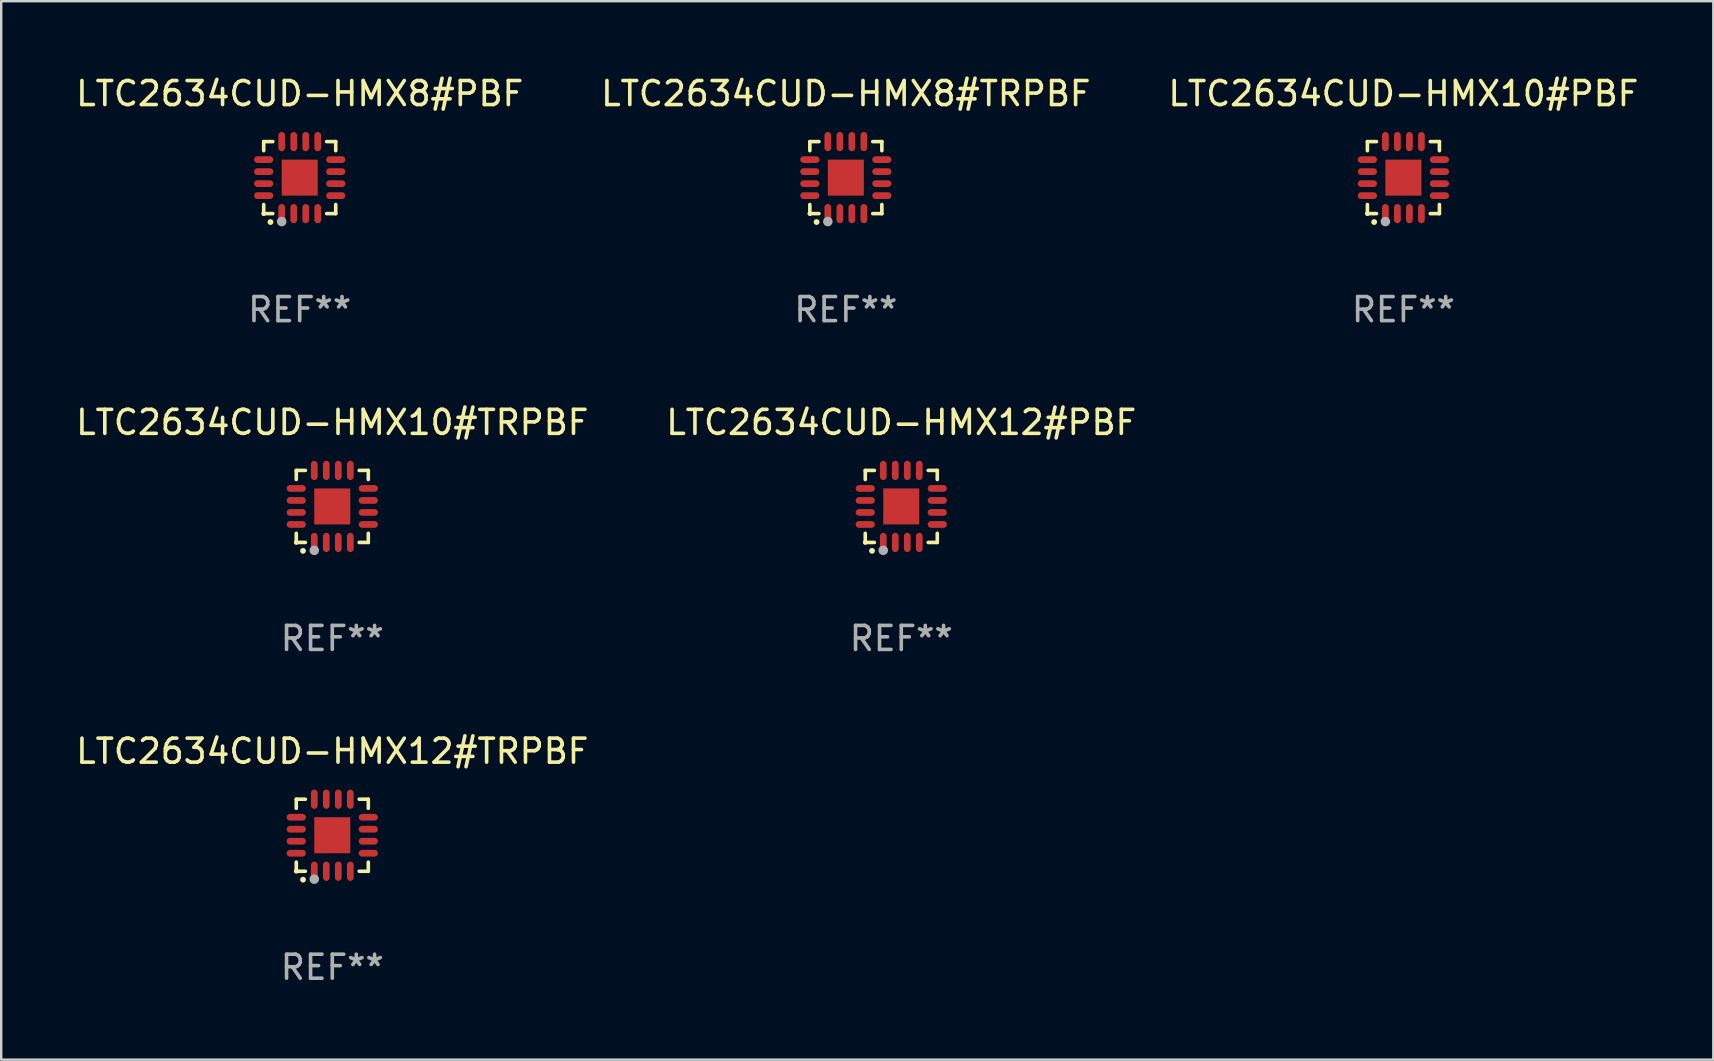
<source format=kicad_pcb>
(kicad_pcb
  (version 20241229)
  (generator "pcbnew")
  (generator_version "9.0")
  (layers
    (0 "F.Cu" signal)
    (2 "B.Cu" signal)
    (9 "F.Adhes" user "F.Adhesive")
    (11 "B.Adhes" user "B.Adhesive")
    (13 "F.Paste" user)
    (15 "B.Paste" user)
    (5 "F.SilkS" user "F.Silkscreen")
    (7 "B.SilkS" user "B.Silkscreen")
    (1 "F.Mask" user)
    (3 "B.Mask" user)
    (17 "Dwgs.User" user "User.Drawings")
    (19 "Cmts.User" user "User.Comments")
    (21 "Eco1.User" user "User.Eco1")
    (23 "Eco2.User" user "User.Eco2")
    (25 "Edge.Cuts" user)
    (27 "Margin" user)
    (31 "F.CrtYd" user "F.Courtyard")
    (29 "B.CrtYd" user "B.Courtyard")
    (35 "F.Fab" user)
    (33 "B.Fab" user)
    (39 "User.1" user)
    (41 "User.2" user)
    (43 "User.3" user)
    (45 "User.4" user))
  (footprint "LTC2634CUD-HMX12#TRPBF"
    (layer "F.Cu")
    (at 10.792 31.743)
    (property "Reference" "LTC2634CUD-HMX12#TRPBF" (at 0 -3.5 0) (layer "F.SilkS") (effects (font (size 1 1) (thickness 0.15))))
    (attr through_hole)
    (fp_line (start -1.5 -1.5) (end -1.121 -1.5) (stroke (width 0.15) (type solid)) (layer "F.SilkS"))
    (fp_line (start -1.5 -1.122) (end -1.5 -1.5) (stroke (width 0.15) (type solid)) (layer "F.SilkS"))
    (fp_line (start -1.5 1.5) (end -1.5 1.121) (stroke (width 0.15) (type solid)) (layer "F.SilkS"))
    (fp_line (start -1.121 1.5) (end -1.5 1.5) (stroke (width 0.15) (type solid)) (layer "F.SilkS"))
    (fp_line (start 1.121 -1.5) (end 1.5 -1.5) (stroke (width 0.15) (type solid)) (layer "F.SilkS"))
    (fp_line (start 1.5 -1.5) (end 1.5 -1.122) (stroke (width 0.15) (type solid)) (layer "F.SilkS"))
    (fp_line (start 1.5 1.121) (end 1.5 1.5) (stroke (width 0.15) (type solid)) (layer "F.SilkS"))
    (fp_line (start 1.5 1.5) (end 1.121 1.5) (stroke (width 0.15) (type solid)) (layer "F.SilkS"))
    (fp_arc (start -1.219926 1.850254) (mid -1.21891 1.85025) (end -1.217894 1.850254) (stroke (width 0.240005) (type solid)) (layer "F.SilkS"))
    (fp_circle (center -1.5 1.5) (end -1.45 1.5) (stroke (width 0.1) (type solid)) (fill no) (layer "F.SilkS"))
    (fp_circle (center -0.75 1.83) (end -0.65 1.83) (stroke (width 0.2) (type solid)) (fill no) (layer "F.Fab"))
    (fp_text user "REF**" (at 0 5.5 0) (layer "F.Fab") (effects (font (size 1 1) (thickness 0.15))))
    (pad "1" smd oval (at -0.75 1.5) (size 0.28 0.8) (layers "F.Cu" "F.Mask" "F.Paste"))
    (pad "2" smd oval (at -0.25 1.5) (size 0.28 0.8) (layers "F.Cu" "F.Mask" "F.Paste"))
    (pad "3" smd oval (at 0.25 1.5) (size 0.28 0.8) (layers "F.Cu" "F.Mask" "F.Paste"))
    (pad "4" smd oval (at 0.75 1.5) (size 0.28 0.8) (layers "F.Cu" "F.Mask" "F.Paste"))
    (pad "5" smd oval (at 1.5 0.75) (size 0.8 0.28) (layers "F.Cu" "F.Mask" "F.Paste"))
    (pad "6" smd oval (at 1.5 0.25) (size 0.8 0.28) (layers "F.Cu" "F.Mask" "F.Paste"))
    (pad "7" smd oval (at 1.5 -0.25) (size 0.8 0.28) (layers "F.Cu" "F.Mask" "F.Paste"))
    (pad "8" smd oval (at 1.5 -0.75) (size 0.8 0.28) (layers "F.Cu" "F.Mask" "F.Paste"))
    (pad "9" smd oval (at 0.75 -1.5) (size 0.28 0.8) (layers "F.Cu" "F.Mask" "F.Paste"))
    (pad "10" smd oval (at 0.25 -1.5) (size 0.28 0.8) (layers "F.Cu" "F.Mask" "F.Paste"))
    (pad "11" smd oval (at -0.25 -1.5) (size 0.28 0.8) (layers "F.Cu" "F.Mask" "F.Paste"))
    (pad "12" smd oval (at -0.75 -1.5) (size 0.28 0.8) (layers "F.Cu" "F.Mask" "F.Paste"))
    (pad "13" smd oval (at -1.5 -0.75) (size 0.8 0.28) (layers "F.Cu" "F.Mask" "F.Paste"))
    (pad "14" smd oval (at -1.5 -0.25) (size 0.8 0.28) (layers "F.Cu" "F.Mask" "F.Paste"))
    (pad "15" smd oval (at -1.5 0.25) (size 0.8 0.28) (layers "F.Cu" "F.Mask" "F.Paste"))
    (pad "16" smd oval (at -1.5 0.75) (size 0.8 0.28) (layers "F.Cu" "F.Mask" "F.Paste"))
    (pad "17" smd rect (at -0.000064 0.000165) (size 1.5 1.5) (layers "F.Cu" "F.Mask" "F.Paste")))
  (footprint "LTC2634CUD-HMX8#TRPBF"
    (layer "F.Cu")
    (at 32.185 4.349)
    (property "Reference" "LTC2634CUD-HMX8#TRPBF" (at 0 -3.5 0) (layer "F.SilkS") (effects (font (size 1 1) (thickness 0.15))))
    (attr through_hole)
    (fp_line (start -1.5 -1.5) (end -1.121 -1.5) (stroke (width 0.15) (type solid)) (layer "F.SilkS"))
    (fp_line (start -1.5 -1.122) (end -1.5 -1.5) (stroke (width 0.15) (type solid)) (layer "F.SilkS"))
    (fp_line (start -1.5 1.5) (end -1.5 1.121) (stroke (width 0.15) (type solid)) (layer "F.SilkS"))
    (fp_line (start -1.121 1.5) (end -1.5 1.5) (stroke (width 0.15) (type solid)) (layer "F.SilkS"))
    (fp_line (start 1.121 -1.5) (end 1.5 -1.5) (stroke (width 0.15) (type solid)) (layer "F.SilkS"))
    (fp_line (start 1.5 -1.5) (end 1.5 -1.122) (stroke (width 0.15) (type solid)) (layer "F.SilkS"))
    (fp_line (start 1.5 1.121) (end 1.5 1.5) (stroke (width 0.15) (type solid)) (layer "F.SilkS"))
    (fp_line (start 1.5 1.5) (end 1.121 1.5) (stroke (width 0.15) (type solid)) (layer "F.SilkS"))
    (fp_arc (start -1.219926 1.850254) (mid -1.21891 1.85025) (end -1.217894 1.850254) (stroke (width 0.240005) (type solid)) (layer "F.SilkS"))
    (fp_circle (center -1.5 1.5) (end -1.45 1.5) (stroke (width 0.1) (type solid)) (fill no) (layer "F.SilkS"))
    (fp_circle (center -0.75 1.83) (end -0.65 1.83) (stroke (width 0.2) (type solid)) (fill no) (layer "F.Fab"))
    (fp_text user "REF**" (at 0 5.5 0) (layer "F.Fab") (effects (font (size 1 1) (thickness 0.15))))
    (pad "1" smd oval (at -0.75 1.5) (size 0.28 0.8) (layers "F.Cu" "F.Mask" "F.Paste"))
    (pad "2" smd oval (at -0.25 1.5) (size 0.28 0.8) (layers "F.Cu" "F.Mask" "F.Paste"))
    (pad "3" smd oval (at 0.25 1.5) (size 0.28 0.8) (layers "F.Cu" "F.Mask" "F.Paste"))
    (pad "4" smd oval (at 0.75 1.5) (size 0.28 0.8) (layers "F.Cu" "F.Mask" "F.Paste"))
    (pad "5" smd oval (at 1.5 0.75) (size 0.8 0.28) (layers "F.Cu" "F.Mask" "F.Paste"))
    (pad "6" smd oval (at 1.5 0.25) (size 0.8 0.28) (layers "F.Cu" "F.Mask" "F.Paste"))
    (pad "7" smd oval (at 1.5 -0.25) (size 0.8 0.28) (layers "F.Cu" "F.Mask" "F.Paste"))
    (pad "8" smd oval (at 1.5 -0.75) (size 0.8 0.28) (layers "F.Cu" "F.Mask" "F.Paste"))
    (pad "9" smd oval (at 0.75 -1.5) (size 0.28 0.8) (layers "F.Cu" "F.Mask" "F.Paste"))
    (pad "10" smd oval (at 0.25 -1.5) (size 0.28 0.8) (layers "F.Cu" "F.Mask" "F.Paste"))
    (pad "11" smd oval (at -0.25 -1.5) (size 0.28 0.8) (layers "F.Cu" "F.Mask" "F.Paste"))
    (pad "12" smd oval (at -0.75 -1.5) (size 0.28 0.8) (layers "F.Cu" "F.Mask" "F.Paste"))
    (pad "13" smd oval (at -1.5 -0.75) (size 0.8 0.28) (layers "F.Cu" "F.Mask" "F.Paste"))
    (pad "14" smd oval (at -1.5 -0.25) (size 0.8 0.28) (layers "F.Cu" "F.Mask" "F.Paste"))
    (pad "15" smd oval (at -1.5 0.25) (size 0.8 0.28) (layers "F.Cu" "F.Mask" "F.Paste"))
    (pad "16" smd oval (at -1.5 0.75) (size 0.8 0.28) (layers "F.Cu" "F.Mask" "F.Paste"))
    (pad "17" smd rect (at -0.000064 0.000165) (size 1.5 1.5) (layers "F.Cu" "F.Mask" "F.Paste")))
  (footprint "LTC2634CUD-HMX8#PBF"
    (layer "F.Cu")
    (at 9.435 4.349)
    (property "Reference" "LTC2634CUD-HMX8#PBF" (at 0 -3.5 0) (layer "F.SilkS") (effects (font (size 1 1) (thickness 0.15))))
    (attr through_hole)
    (fp_line (start -1.5 -1.5) (end -1.121 -1.5) (stroke (width 0.15) (type solid)) (layer "F.SilkS"))
    (fp_line (start -1.5 -1.122) (end -1.5 -1.5) (stroke (width 0.15) (type solid)) (layer "F.SilkS"))
    (fp_line (start -1.5 1.5) (end -1.5 1.121) (stroke (width 0.15) (type solid)) (layer "F.SilkS"))
    (fp_line (start -1.121 1.5) (end -1.5 1.5) (stroke (width 0.15) (type solid)) (layer "F.SilkS"))
    (fp_line (start 1.121 -1.5) (end 1.5 -1.5) (stroke (width 0.15) (type solid)) (layer "F.SilkS"))
    (fp_line (start 1.5 -1.5) (end 1.5 -1.122) (stroke (width 0.15) (type solid)) (layer "F.SilkS"))
    (fp_line (start 1.5 1.121) (end 1.5 1.5) (stroke (width 0.15) (type solid)) (layer "F.SilkS"))
    (fp_line (start 1.5 1.5) (end 1.121 1.5) (stroke (width 0.15) (type solid)) (layer "F.SilkS"))
    (fp_arc (start -1.219926 1.850254) (mid -1.21891 1.85025) (end -1.217894 1.850254) (stroke (width 0.240005) (type solid)) (layer "F.SilkS"))
    (fp_circle (center -1.5 1.5) (end -1.45 1.5) (stroke (width 0.1) (type solid)) (fill no) (layer "F.SilkS"))
    (fp_circle (center -0.75 1.83) (end -0.65 1.83) (stroke (width 0.2) (type solid)) (fill no) (layer "F.Fab"))
    (fp_text user "REF**" (at 0 5.5 0) (layer "F.Fab") (effects (font (size 1 1) (thickness 0.15))))
    (pad "1" smd oval (at -0.75 1.5) (size 0.28 0.8) (layers "F.Cu" "F.Mask" "F.Paste"))
    (pad "2" smd oval (at -0.25 1.5) (size 0.28 0.8) (layers "F.Cu" "F.Mask" "F.Paste"))
    (pad "3" smd oval (at 0.25 1.5) (size 0.28 0.8) (layers "F.Cu" "F.Mask" "F.Paste"))
    (pad "4" smd oval (at 0.75 1.5) (size 0.28 0.8) (layers "F.Cu" "F.Mask" "F.Paste"))
    (pad "5" smd oval (at 1.5 0.75) (size 0.8 0.28) (layers "F.Cu" "F.Mask" "F.Paste"))
    (pad "6" smd oval (at 1.5 0.25) (size 0.8 0.28) (layers "F.Cu" "F.Mask" "F.Paste"))
    (pad "7" smd oval (at 1.5 -0.25) (size 0.8 0.28) (layers "F.Cu" "F.Mask" "F.Paste"))
    (pad "8" smd oval (at 1.5 -0.75) (size 0.8 0.28) (layers "F.Cu" "F.Mask" "F.Paste"))
    (pad "9" smd oval (at 0.75 -1.5) (size 0.28 0.8) (layers "F.Cu" "F.Mask" "F.Paste"))
    (pad "10" smd oval (at 0.25 -1.5) (size 0.28 0.8) (layers "F.Cu" "F.Mask" "F.Paste"))
    (pad "11" smd oval (at -0.25 -1.5) (size 0.28 0.8) (layers "F.Cu" "F.Mask" "F.Paste"))
    (pad "12" smd oval (at -0.75 -1.5) (size 0.28 0.8) (layers "F.Cu" "F.Mask" "F.Paste"))
    (pad "13" smd oval (at -1.5 -0.75) (size 0.8 0.28) (layers "F.Cu" "F.Mask" "F.Paste"))
    (pad "14" smd oval (at -1.5 -0.25) (size 0.8 0.28) (layers "F.Cu" "F.Mask" "F.Paste"))
    (pad "15" smd oval (at -1.5 0.25) (size 0.8 0.28) (layers "F.Cu" "F.Mask" "F.Paste"))
    (pad "16" smd oval (at -1.5 0.75) (size 0.8 0.28) (layers "F.Cu" "F.Mask" "F.Paste"))
    (pad "17" smd rect (at -0.000064 0.000165) (size 1.5 1.5) (layers "F.Cu" "F.Mask" "F.Paste")))
  (footprint "LTC2634CUD-HMX10#PBF"
    (layer "F.Cu")
    (at 55.411 4.349)
    (property "Reference" "LTC2634CUD-HMX10#PBF" (at 0 -3.5 0) (layer "F.SilkS") (effects (font (size 1 1) (thickness 0.15))))
    (attr through_hole)
    (fp_line (start -1.5 -1.5) (end -1.121 -1.5) (stroke (width 0.15) (type solid)) (layer "F.SilkS"))
    (fp_line (start -1.5 -1.122) (end -1.5 -1.5) (stroke (width 0.15) (type solid)) (layer "F.SilkS"))
    (fp_line (start -1.5 1.5) (end -1.5 1.121) (stroke (width 0.15) (type solid)) (layer "F.SilkS"))
    (fp_line (start -1.121 1.5) (end -1.5 1.5) (stroke (width 0.15) (type solid)) (layer "F.SilkS"))
    (fp_line (start 1.121 -1.5) (end 1.5 -1.5) (stroke (width 0.15) (type solid)) (layer "F.SilkS"))
    (fp_line (start 1.5 -1.5) (end 1.5 -1.122) (stroke (width 0.15) (type solid)) (layer "F.SilkS"))
    (fp_line (start 1.5 1.121) (end 1.5 1.5) (stroke (width 0.15) (type solid)) (layer "F.SilkS"))
    (fp_line (start 1.5 1.5) (end 1.121 1.5) (stroke (width 0.15) (type solid)) (layer "F.SilkS"))
    (fp_arc (start -1.219926 1.850254) (mid -1.21891 1.85025) (end -1.217894 1.850254) (stroke (width 0.240005) (type solid)) (layer "F.SilkS"))
    (fp_circle (center -1.5 1.5) (end -1.45 1.5) (stroke (width 0.1) (type solid)) (fill no) (layer "F.SilkS"))
    (fp_circle (center -0.75 1.83) (end -0.65 1.83) (stroke (width 0.2) (type solid)) (fill no) (layer "F.Fab"))
    (fp_text user "REF**" (at 0 5.5 0) (layer "F.Fab") (effects (font (size 1 1) (thickness 0.15))))
    (pad "1" smd oval (at -0.75 1.5) (size 0.28 0.8) (layers "F.Cu" "F.Mask" "F.Paste"))
    (pad "2" smd oval (at -0.25 1.5) (size 0.28 0.8) (layers "F.Cu" "F.Mask" "F.Paste"))
    (pad "3" smd oval (at 0.25 1.5) (size 0.28 0.8) (layers "F.Cu" "F.Mask" "F.Paste"))
    (pad "4" smd oval (at 0.75 1.5) (size 0.28 0.8) (layers "F.Cu" "F.Mask" "F.Paste"))
    (pad "5" smd oval (at 1.5 0.75) (size 0.8 0.28) (layers "F.Cu" "F.Mask" "F.Paste"))
    (pad "6" smd oval (at 1.5 0.25) (size 0.8 0.28) (layers "F.Cu" "F.Mask" "F.Paste"))
    (pad "7" smd oval (at 1.5 -0.25) (size 0.8 0.28) (layers "F.Cu" "F.Mask" "F.Paste"))
    (pad "8" smd oval (at 1.5 -0.75) (size 0.8 0.28) (layers "F.Cu" "F.Mask" "F.Paste"))
    (pad "9" smd oval (at 0.75 -1.5) (size 0.28 0.8) (layers "F.Cu" "F.Mask" "F.Paste"))
    (pad "10" smd oval (at 0.25 -1.5) (size 0.28 0.8) (layers "F.Cu" "F.Mask" "F.Paste"))
    (pad "11" smd oval (at -0.25 -1.5) (size 0.28 0.8) (layers "F.Cu" "F.Mask" "F.Paste"))
    (pad "12" smd oval (at -0.75 -1.5) (size 0.28 0.8) (layers "F.Cu" "F.Mask" "F.Paste"))
    (pad "13" smd oval (at -1.5 -0.75) (size 0.8 0.28) (layers "F.Cu" "F.Mask" "F.Paste"))
    (pad "14" smd oval (at -1.5 -0.25) (size 0.8 0.28) (layers "F.Cu" "F.Mask" "F.Paste"))
    (pad "15" smd oval (at -1.5 0.25) (size 0.8 0.28) (layers "F.Cu" "F.Mask" "F.Paste"))
    (pad "16" smd oval (at -1.5 0.75) (size 0.8 0.28) (layers "F.Cu" "F.Mask" "F.Paste"))
    (pad "17" smd rect (at -0.000064 0.000165) (size 1.5 1.5) (layers "F.Cu" "F.Mask" "F.Paste")))
  (footprint "LTC2634CUD-HMX12#PBF"
    (layer "F.Cu")
    (at 34.494 18.046)
    (property "Reference" "LTC2634CUD-HMX12#PBF" (at 0 -3.5 0) (layer "F.SilkS") (effects (font (size 1 1) (thickness 0.15))))
    (attr through_hole)
    (fp_line (start -1.5 -1.5) (end -1.121 -1.5) (stroke (width 0.15) (type solid)) (layer "F.SilkS"))
    (fp_line (start -1.5 -1.122) (end -1.5 -1.5) (stroke (width 0.15) (type solid)) (layer "F.SilkS"))
    (fp_line (start -1.5 1.5) (end -1.5 1.121) (stroke (width 0.15) (type solid)) (layer "F.SilkS"))
    (fp_line (start -1.121 1.5) (end -1.5 1.5) (stroke (width 0.15) (type solid)) (layer "F.SilkS"))
    (fp_line (start 1.121 -1.5) (end 1.5 -1.5) (stroke (width 0.15) (type solid)) (layer "F.SilkS"))
    (fp_line (start 1.5 -1.5) (end 1.5 -1.122) (stroke (width 0.15) (type solid)) (layer "F.SilkS"))
    (fp_line (start 1.5 1.121) (end 1.5 1.5) (stroke (width 0.15) (type solid)) (layer "F.SilkS"))
    (fp_line (start 1.5 1.5) (end 1.121 1.5) (stroke (width 0.15) (type solid)) (layer "F.SilkS"))
    (fp_arc (start -1.219926 1.850254) (mid -1.21891 1.85025) (end -1.217894 1.850254) (stroke (width 0.240005) (type solid)) (layer "F.SilkS"))
    (fp_circle (center -1.5 1.5) (end -1.45 1.5) (stroke (width 0.1) (type solid)) (fill no) (layer "F.SilkS"))
    (fp_circle (center -0.75 1.83) (end -0.65 1.83) (stroke (width 0.2) (type solid)) (fill no) (layer "F.Fab"))
    (fp_text user "REF**" (at 0 5.5 0) (layer "F.Fab") (effects (font (size 1 1) (thickness 0.15))))
    (pad "1" smd oval (at -0.75 1.5) (size 0.28 0.8) (layers "F.Cu" "F.Mask" "F.Paste"))
    (pad "2" smd oval (at -0.25 1.5) (size 0.28 0.8) (layers "F.Cu" "F.Mask" "F.Paste"))
    (pad "3" smd oval (at 0.25 1.5) (size 0.28 0.8) (layers "F.Cu" "F.Mask" "F.Paste"))
    (pad "4" smd oval (at 0.75 1.5) (size 0.28 0.8) (layers "F.Cu" "F.Mask" "F.Paste"))
    (pad "5" smd oval (at 1.5 0.75) (size 0.8 0.28) (layers "F.Cu" "F.Mask" "F.Paste"))
    (pad "6" smd oval (at 1.5 0.25) (size 0.8 0.28) (layers "F.Cu" "F.Mask" "F.Paste"))
    (pad "7" smd oval (at 1.5 -0.25) (size 0.8 0.28) (layers "F.Cu" "F.Mask" "F.Paste"))
    (pad "8" smd oval (at 1.5 -0.75) (size 0.8 0.28) (layers "F.Cu" "F.Mask" "F.Paste"))
    (pad "9" smd oval (at 0.75 -1.5) (size 0.28 0.8) (layers "F.Cu" "F.Mask" "F.Paste"))
    (pad "10" smd oval (at 0.25 -1.5) (size 0.28 0.8) (layers "F.Cu" "F.Mask" "F.Paste"))
    (pad "11" smd oval (at -0.25 -1.5) (size 0.28 0.8) (layers "F.Cu" "F.Mask" "F.Paste"))
    (pad "12" smd oval (at -0.75 -1.5) (size 0.28 0.8) (layers "F.Cu" "F.Mask" "F.Paste"))
    (pad "13" smd oval (at -1.5 -0.75) (size 0.8 0.28) (layers "F.Cu" "F.Mask" "F.Paste"))
    (pad "14" smd oval (at -1.5 -0.25) (size 0.8 0.28) (layers "F.Cu" "F.Mask" "F.Paste"))
    (pad "15" smd oval (at -1.5 0.25) (size 0.8 0.28) (layers "F.Cu" "F.Mask" "F.Paste"))
    (pad "16" smd oval (at -1.5 0.75) (size 0.8 0.28) (layers "F.Cu" "F.Mask" "F.Paste"))
    (pad "17" smd rect (at -0.000064 0.000165) (size 1.5 1.5) (layers "F.Cu" "F.Mask" "F.Paste")))
  (footprint "LTC2634CUD-HMX10#TRPBF"
    (layer "F.Cu")
    (at 10.792 18.046)
    (property "Reference" "LTC2634CUD-HMX10#TRPBF" (at 0 -3.5 0) (layer "F.SilkS") (effects (font (size 1 1) (thickness 0.15))))
    (attr through_hole)
    (fp_line (start -1.5 -1.5) (end -1.121 -1.5) (stroke (width 0.15) (type solid)) (layer "F.SilkS"))
    (fp_line (start -1.5 -1.122) (end -1.5 -1.5) (stroke (width 0.15) (type solid)) (layer "F.SilkS"))
    (fp_line (start -1.5 1.5) (end -1.5 1.121) (stroke (width 0.15) (type solid)) (layer "F.SilkS"))
    (fp_line (start -1.121 1.5) (end -1.5 1.5) (stroke (width 0.15) (type solid)) (layer "F.SilkS"))
    (fp_line (start 1.121 -1.5) (end 1.5 -1.5) (stroke (width 0.15) (type solid)) (layer "F.SilkS"))
    (fp_line (start 1.5 -1.5) (end 1.5 -1.122) (stroke (width 0.15) (type solid)) (layer "F.SilkS"))
    (fp_line (start 1.5 1.121) (end 1.5 1.5) (stroke (width 0.15) (type solid)) (layer "F.SilkS"))
    (fp_line (start 1.5 1.5) (end 1.121 1.5) (stroke (width 0.15) (type solid)) (layer "F.SilkS"))
    (fp_arc (start -1.219926 1.850254) (mid -1.21891 1.85025) (end -1.217894 1.850254) (stroke (width 0.240005) (type solid)) (layer "F.SilkS"))
    (fp_circle (center -1.5 1.5) (end -1.45 1.5) (stroke (width 0.1) (type solid)) (fill no) (layer "F.SilkS"))
    (fp_circle (center -0.75 1.83) (end -0.65 1.83) (stroke (width 0.2) (type solid)) (fill no) (layer "F.Fab"))
    (fp_text user "REF**" (at 0 5.5 0) (layer "F.Fab") (effects (font (size 1 1) (thickness 0.15))))
    (pad "1" smd oval (at -0.75 1.5) (size 0.28 0.8) (layers "F.Cu" "F.Mask" "F.Paste"))
    (pad "2" smd oval (at -0.25 1.5) (size 0.28 0.8) (layers "F.Cu" "F.Mask" "F.Paste"))
    (pad "3" smd oval (at 0.25 1.5) (size 0.28 0.8) (layers "F.Cu" "F.Mask" "F.Paste"))
    (pad "4" smd oval (at 0.75 1.5) (size 0.28 0.8) (layers "F.Cu" "F.Mask" "F.Paste"))
    (pad "5" smd oval (at 1.5 0.75) (size 0.8 0.28) (layers "F.Cu" "F.Mask" "F.Paste"))
    (pad "6" smd oval (at 1.5 0.25) (size 0.8 0.28) (layers "F.Cu" "F.Mask" "F.Paste"))
    (pad "7" smd oval (at 1.5 -0.25) (size 0.8 0.28) (layers "F.Cu" "F.Mask" "F.Paste"))
    (pad "8" smd oval (at 1.5 -0.75) (size 0.8 0.28) (layers "F.Cu" "F.Mask" "F.Paste"))
    (pad "9" smd oval (at 0.75 -1.5) (size 0.28 0.8) (layers "F.Cu" "F.Mask" "F.Paste"))
    (pad "10" smd oval (at 0.25 -1.5) (size 0.28 0.8) (layers "F.Cu" "F.Mask" "F.Paste"))
    (pad "11" smd oval (at -0.25 -1.5) (size 0.28 0.8) (layers "F.Cu" "F.Mask" "F.Paste"))
    (pad "12" smd oval (at -0.75 -1.5) (size 0.28 0.8) (layers "F.Cu" "F.Mask" "F.Paste"))
    (pad "13" smd oval (at -1.5 -0.75) (size 0.8 0.28) (layers "F.Cu" "F.Mask" "F.Paste"))
    (pad "14" smd oval (at -1.5 -0.25) (size 0.8 0.28) (layers "F.Cu" "F.Mask" "F.Paste"))
    (pad "15" smd oval (at -1.5 0.25) (size 0.8 0.28) (layers "F.Cu" "F.Mask" "F.Paste"))
    (pad "16" smd oval (at -1.5 0.75) (size 0.8 0.28) (layers "F.Cu" "F.Mask" "F.Paste"))
    (pad "17" smd rect (at -0.000064 0.000165) (size 1.5 1.5) (layers "F.Cu" "F.Mask" "F.Paste")))
  (gr_rect
    (start -3 -3)
    (end 68.321 41.091)
    (stroke (width 0.1) (type default))
    (fill no)
    (layer "Edge.Cuts")))
</source>
